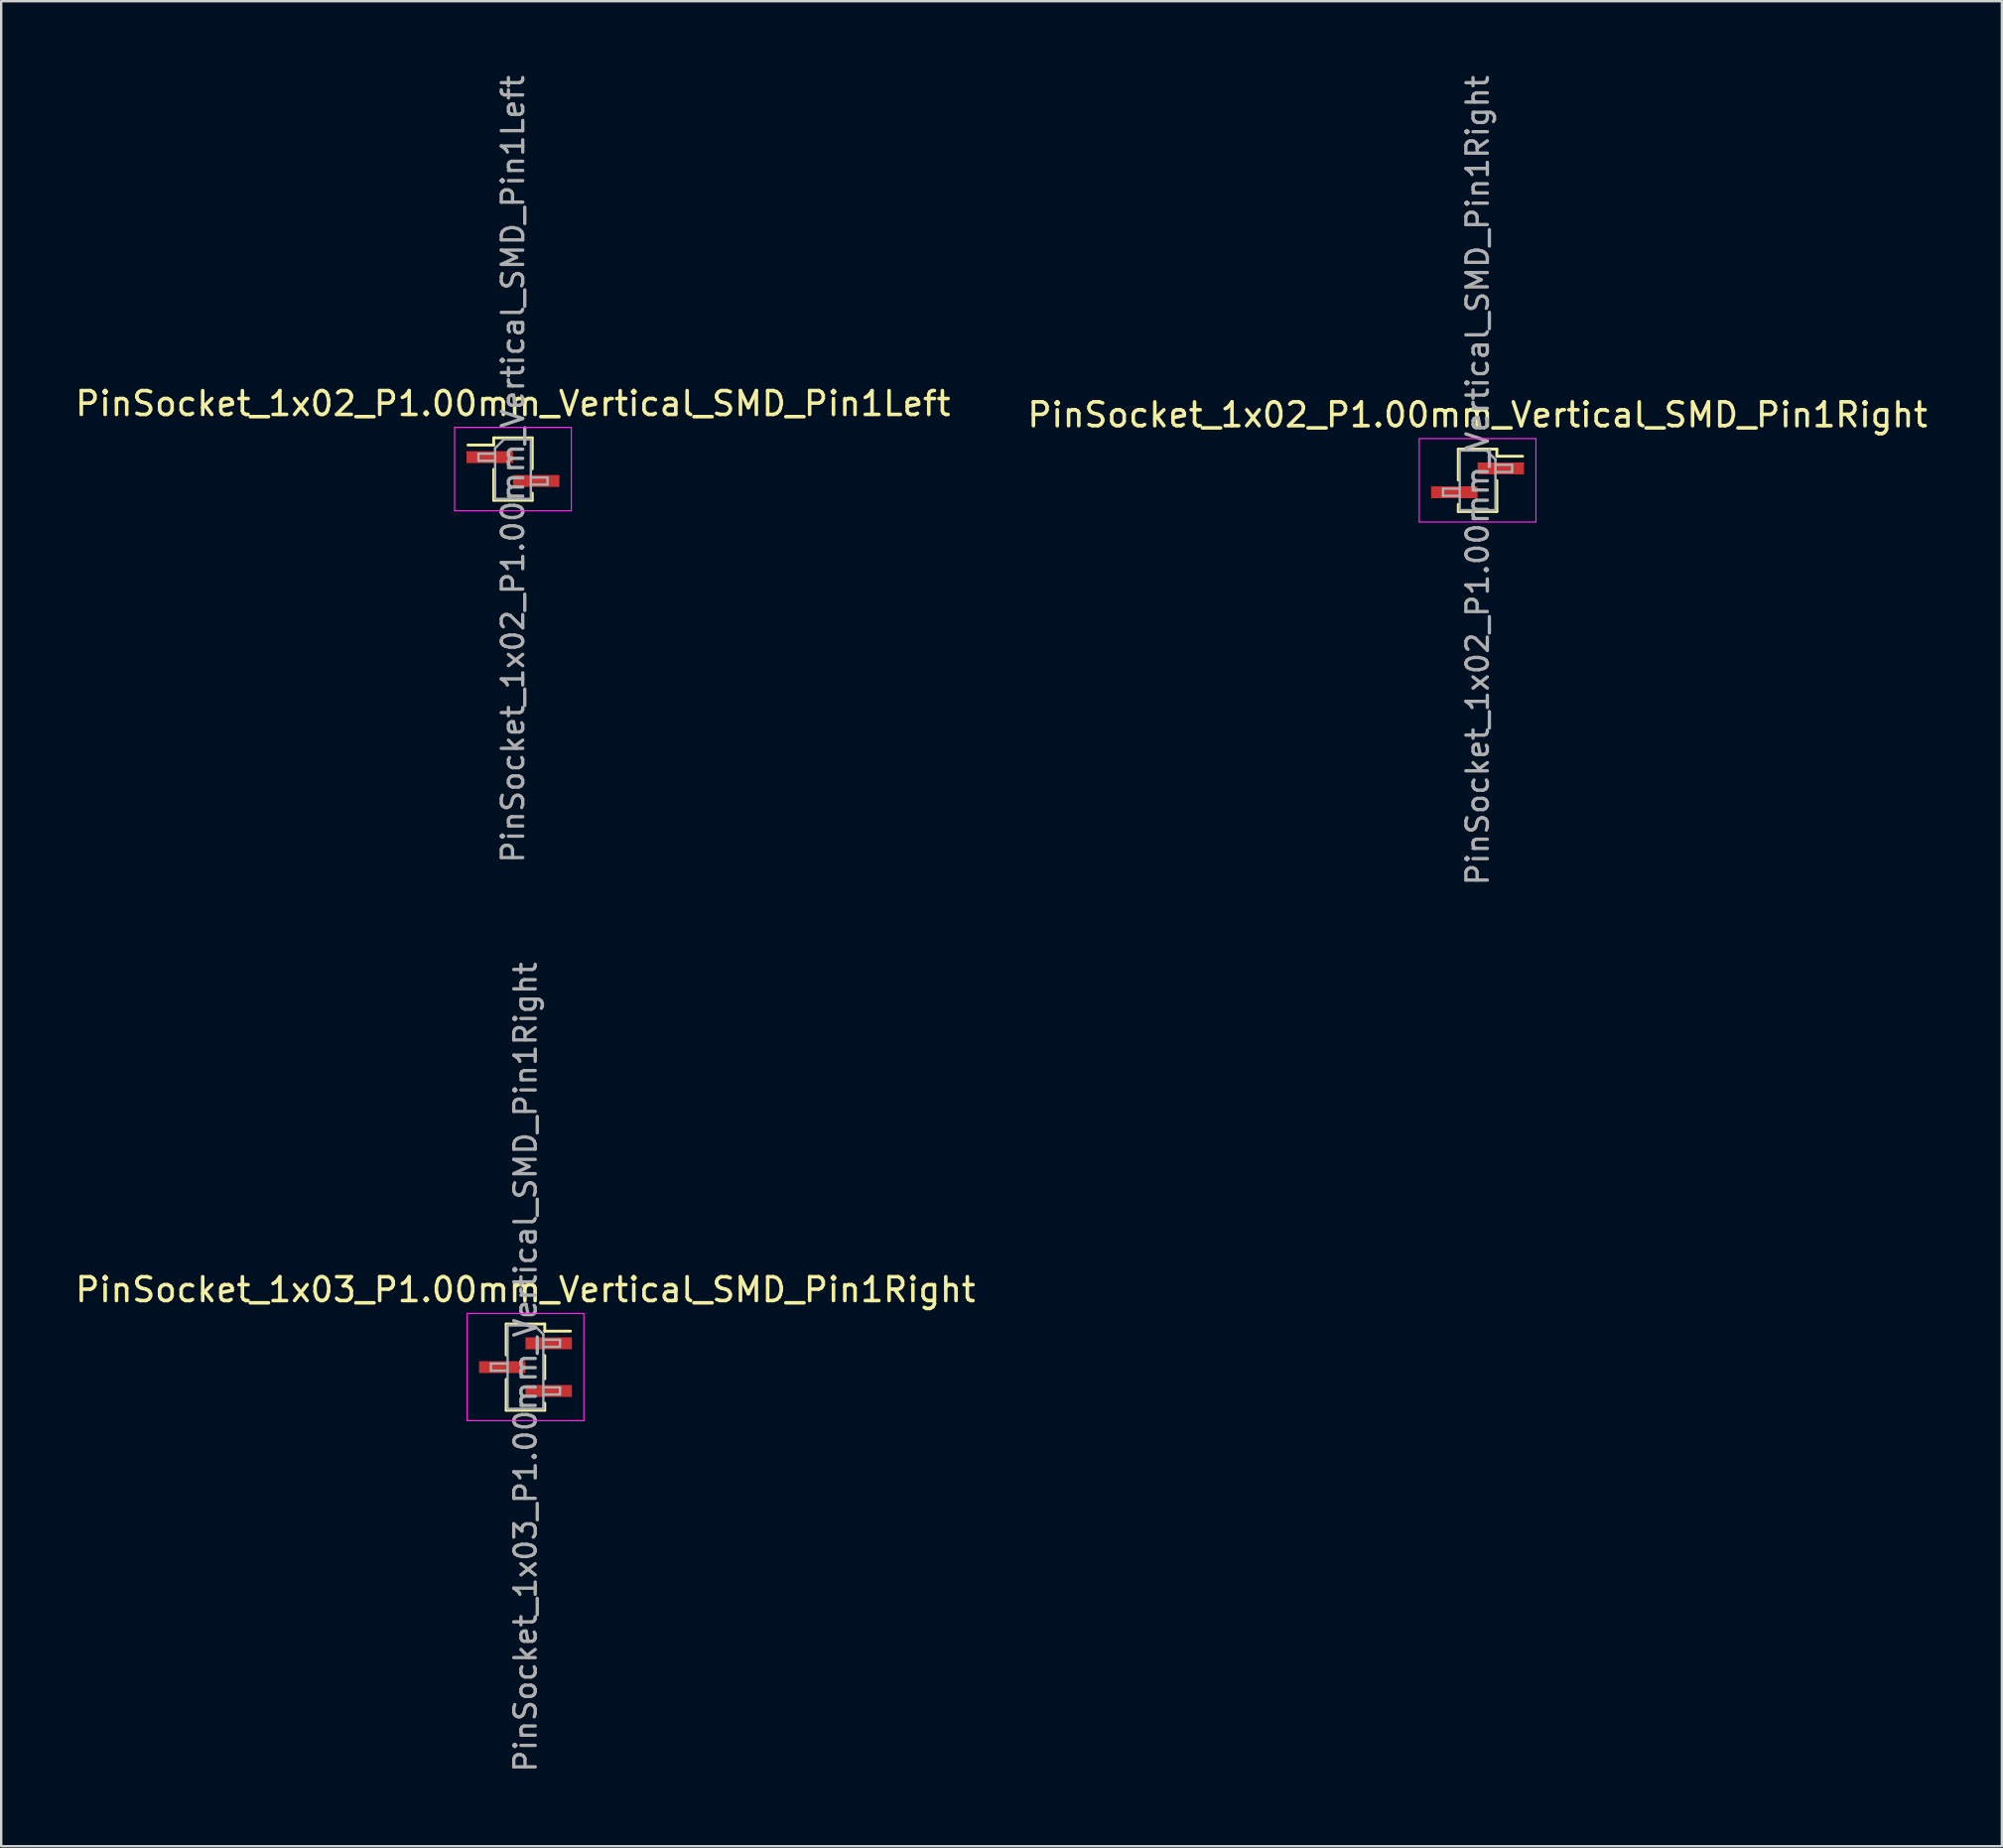
<source format=kicad_pcb>
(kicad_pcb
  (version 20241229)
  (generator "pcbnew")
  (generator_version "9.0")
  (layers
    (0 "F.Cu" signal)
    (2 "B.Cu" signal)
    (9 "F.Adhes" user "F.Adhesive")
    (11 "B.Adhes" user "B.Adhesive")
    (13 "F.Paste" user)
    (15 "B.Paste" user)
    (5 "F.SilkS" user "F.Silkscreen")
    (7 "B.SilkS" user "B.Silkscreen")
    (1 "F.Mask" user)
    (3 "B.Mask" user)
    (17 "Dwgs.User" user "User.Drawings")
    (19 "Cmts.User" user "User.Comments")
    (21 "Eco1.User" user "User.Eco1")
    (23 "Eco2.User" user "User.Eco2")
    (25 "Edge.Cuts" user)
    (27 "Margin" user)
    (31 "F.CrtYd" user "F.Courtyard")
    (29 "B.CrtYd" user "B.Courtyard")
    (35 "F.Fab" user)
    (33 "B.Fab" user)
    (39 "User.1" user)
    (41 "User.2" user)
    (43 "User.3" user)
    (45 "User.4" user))
  (footprint "PinSocket_1x02_P1.00mm_Vertical_SMD_Pin1Right"
    (layer "F.Cu")
    (at 58.97 17.113)
    (property "Reference" "PinSocket_1x02_P1.00mm_Vertical_SMD_Pin1Right" (at 0 -2.75 0) (layer "F.SilkS") (effects (font (size 1 1) (thickness 0.15))))
    (attr smd)
    (fp_line (start -0.81 -1.31) (end -0.81 -0.01) (stroke (width 0.12) (type solid)) (layer "F.SilkS"))
    (fp_line (start -0.81 -1.31) (end 0.81 -1.31) (stroke (width 0.12) (type solid)) (layer "F.SilkS"))
    (fp_line (start -0.81 1.01) (end -0.81 1.31) (stroke (width 0.12) (type solid)) (layer "F.SilkS"))
    (fp_line (start -0.81 1.31) (end 0.81 1.31) (stroke (width 0.12) (type solid)) (layer "F.SilkS"))
    (fp_line (start 0.81 -1.31) (end 0.81 -1.01) (stroke (width 0.12) (type solid)) (layer "F.SilkS"))
    (fp_line (start 0.81 -1.01) (end 1.89 -1.01) (stroke (width 0.12) (type solid)) (layer "F.SilkS"))
    (fp_line (start 0.81 0.01) (end 0.81 1.31) (stroke (width 0.12) (type solid)) (layer "F.SilkS"))
    (fp_line (start -2.45 -1.75) (end 2.45 -1.75) (stroke (width 0.05) (type solid)) (layer "F.CrtYd"))
    (fp_line (start -2.45 1.75) (end -2.45 -1.75) (stroke (width 0.05) (type solid)) (layer "F.CrtYd"))
    (fp_line (start 2.45 -1.75) (end 2.45 1.75) (stroke (width 0.05) (type solid)) (layer "F.CrtYd"))
    (fp_line (start 2.45 1.75) (end -2.45 1.75) (stroke (width 0.05) (type solid)) (layer "F.CrtYd"))
    (fp_line (start -1.45 0.35) (end -0.75 0.35) (stroke (width 0.1) (type solid)) (layer "F.Fab"))
    (fp_line (start -1.45 0.65) (end -1.45 0.35) (stroke (width 0.1) (type solid)) (layer "F.Fab"))
    (fp_line (start -0.75 -1.25) (end 0.375 -1.25) (stroke (width 0.1) (type solid)) (layer "F.Fab"))
    (fp_line (start -0.75 0.65) (end -1.45 0.65) (stroke (width 0.1) (type solid)) (layer "F.Fab"))
    (fp_line (start -0.75 1.25) (end -0.75 -1.25) (stroke (width 0.1) (type solid)) (layer "F.Fab"))
    (fp_line (start 0.375 -1.25) (end 0.75 -0.875) (stroke (width 0.1) (type solid)) (layer "F.Fab"))
    (fp_line (start 0.75 -0.875) (end 0.75 1.25) (stroke (width 0.1) (type solid)) (layer "F.Fab"))
    (fp_line (start 0.75 -0.65) (end 1.45 -0.65) (stroke (width 0.1) (type solid)) (layer "F.Fab"))
    (fp_line (start 0.75 1.25) (end -0.75 1.25) (stroke (width 0.1) (type solid)) (layer "F.Fab"))
    (fp_line (start 1.45 -0.65) (end 1.45 -0.35) (stroke (width 0.1) (type solid)) (layer "F.Fab"))
    (fp_line (start 1.45 -0.35) (end 0.75 -0.35) (stroke (width 0.1) (type solid)) (layer "F.Fab"))
    (fp_text user "${REFERENCE}" (at 0 0 90) (layer "F.Fab") (effects (font (size 0.9 0.9) (thickness 0.14))))
    (pad "1" smd rect (at 0.975 -0.5) (size 1.95 0.5) (layers "F.Cu" "F.Mask" "F.Paste"))
    (pad "2" smd rect (at -0.975 0.5) (size 1.95 0.5) (layers "F.Cu" "F.Mask" "F.Paste")))
  (footprint "PinSocket_1x02_P1.00mm_Vertical_SMD_Pin1Left"
    (layer "F.Cu")
    (at 18.482 16.641)
    (property "Reference" "PinSocket_1x02_P1.00mm_Vertical_SMD_Pin1Left" (at 0 -2.75 0) (layer "F.SilkS") (effects (font (size 1 1) (thickness 0.15))))
    (attr smd)
    (fp_line (start -1.89 -1.01) (end -0.81 -1.01) (stroke (width 0.12) (type solid)) (layer "F.SilkS"))
    (fp_line (start -0.81 -1.31) (end -0.81 -1.01) (stroke (width 0.12) (type solid)) (layer "F.SilkS"))
    (fp_line (start -0.81 -1.31) (end 0.81 -1.31) (stroke (width 0.12) (type solid)) (layer "F.SilkS"))
    (fp_line (start -0.81 0.01) (end -0.81 1.31) (stroke (width 0.12) (type solid)) (layer "F.SilkS"))
    (fp_line (start -0.81 1.31) (end 0.81 1.31) (stroke (width 0.12) (type solid)) (layer "F.SilkS"))
    (fp_line (start 0.81 -1.31) (end 0.81 -0.01) (stroke (width 0.12) (type solid)) (layer "F.SilkS"))
    (fp_line (start 0.81 1.01) (end 0.81 1.31) (stroke (width 0.12) (type solid)) (layer "F.SilkS"))
    (fp_line (start -2.45 -1.75) (end 2.45 -1.75) (stroke (width 0.05) (type solid)) (layer "F.CrtYd"))
    (fp_line (start -2.45 1.75) (end -2.45 -1.75) (stroke (width 0.05) (type solid)) (layer "F.CrtYd"))
    (fp_line (start 2.45 -1.75) (end 2.45 1.75) (stroke (width 0.05) (type solid)) (layer "F.CrtYd"))
    (fp_line (start 2.45 1.75) (end -2.45 1.75) (stroke (width 0.05) (type solid)) (layer "F.CrtYd"))
    (fp_line (start -1.45 -0.65) (end -0.75 -0.65) (stroke (width 0.1) (type solid)) (layer "F.Fab"))
    (fp_line (start -1.45 -0.35) (end -1.45 -0.65) (stroke (width 0.1) (type solid)) (layer "F.Fab"))
    (fp_line (start -0.75 -0.875) (end -0.375 -1.25) (stroke (width 0.1) (type solid)) (layer "F.Fab"))
    (fp_line (start -0.75 -0.35) (end -1.45 -0.35) (stroke (width 0.1) (type solid)) (layer "F.Fab"))
    (fp_line (start -0.75 1.25) (end -0.75 -0.875) (stroke (width 0.1) (type solid)) (layer "F.Fab"))
    (fp_line (start -0.375 -1.25) (end 0.75 -1.25) (stroke (width 0.1) (type solid)) (layer "F.Fab"))
    (fp_line (start 0.75 -1.25) (end 0.75 1.25) (stroke (width 0.1) (type solid)) (layer "F.Fab"))
    (fp_line (start 0.75 0.35) (end 1.45 0.35) (stroke (width 0.1) (type solid)) (layer "F.Fab"))
    (fp_line (start 0.75 1.25) (end -0.75 1.25) (stroke (width 0.1) (type solid)) (layer "F.Fab"))
    (fp_line (start 1.45 0.35) (end 1.45 0.65) (stroke (width 0.1) (type solid)) (layer "F.Fab"))
    (fp_line (start 1.45 0.65) (end 0.75 0.65) (stroke (width 0.1) (type solid)) (layer "F.Fab"))
    (fp_text user "${REFERENCE}" (at 0 0 90) (layer "F.Fab") (effects (font (size 0.9 0.9) (thickness 0.14))))
    (pad "1" smd rect (at -0.975 -0.5) (size 1.95 0.5) (layers "F.Cu" "F.Mask" "F.Paste"))
    (pad "2" smd rect (at 0.975 0.5) (size 1.95 0.5) (layers "F.Cu" "F.Mask" "F.Paste")))
  (footprint "PinSocket_1x03_P1.00mm_Vertical_SMD_Pin1Right"
    (layer "F.Cu")
    (at 19.006 54.339)
    (property "Reference" "PinSocket_1x03_P1.00mm_Vertical_SMD_Pin1Right" (at 0 -3.25 0) (layer "F.SilkS") (effects (font (size 1 1) (thickness 0.15))))
    (attr smd)
    (fp_line (start -0.81 -1.81) (end -0.81 -0.51) (stroke (width 0.12) (type solid)) (layer "F.SilkS"))
    (fp_line (start -0.81 -1.81) (end 0.81 -1.81) (stroke (width 0.12) (type solid)) (layer "F.SilkS"))
    (fp_line (start -0.81 0.51) (end -0.81 1.81) (stroke (width 0.12) (type solid)) (layer "F.SilkS"))
    (fp_line (start -0.81 1.81) (end 0.81 1.81) (stroke (width 0.12) (type solid)) (layer "F.SilkS"))
    (fp_line (start 0.81 -1.81) (end 0.81 -1.51) (stroke (width 0.12) (type solid)) (layer "F.SilkS"))
    (fp_line (start 0.81 -1.51) (end 1.89 -1.51) (stroke (width 0.12) (type solid)) (layer "F.SilkS"))
    (fp_line (start 0.81 -0.49) (end 0.81 0.49) (stroke (width 0.12) (type solid)) (layer "F.SilkS"))
    (fp_line (start 0.81 1.51) (end 0.81 1.81) (stroke (width 0.12) (type solid)) (layer "F.SilkS"))
    (fp_line (start -2.45 -2.25) (end 2.45 -2.25) (stroke (width 0.05) (type solid)) (layer "F.CrtYd"))
    (fp_line (start -2.45 2.25) (end -2.45 -2.25) (stroke (width 0.05) (type solid)) (layer "F.CrtYd"))
    (fp_line (start 2.45 -2.25) (end 2.45 2.25) (stroke (width 0.05) (type solid)) (layer "F.CrtYd"))
    (fp_line (start 2.45 2.25) (end -2.45 2.25) (stroke (width 0.05) (type solid)) (layer "F.CrtYd"))
    (fp_line (start -1.45 -0.15) (end -0.75 -0.15) (stroke (width 0.1) (type solid)) (layer "F.Fab"))
    (fp_line (start -1.45 0.15) (end -1.45 -0.15) (stroke (width 0.1) (type solid)) (layer "F.Fab"))
    (fp_line (start -0.75 -1.75) (end 0.375 -1.75) (stroke (width 0.1) (type solid)) (layer "F.Fab"))
    (fp_line (start -0.75 0.15) (end -1.45 0.15) (stroke (width 0.1) (type solid)) (layer "F.Fab"))
    (fp_line (start -0.75 1.75) (end -0.75 -1.75) (stroke (width 0.1) (type solid)) (layer "F.Fab"))
    (fp_line (start 0.375 -1.75) (end 0.75 -1.375) (stroke (width 0.1) (type solid)) (layer "F.Fab"))
    (fp_line (start 0.75 -1.375) (end 0.75 1.75) (stroke (width 0.1) (type solid)) (layer "F.Fab"))
    (fp_line (start 0.75 -1.15) (end 1.45 -1.15) (stroke (width 0.1) (type solid)) (layer "F.Fab"))
    (fp_line (start 0.75 0.85) (end 1.45 0.85) (stroke (width 0.1) (type solid)) (layer "F.Fab"))
    (fp_line (start 0.75 1.75) (end -0.75 1.75) (stroke (width 0.1) (type solid)) (layer "F.Fab"))
    (fp_line (start 1.45 -1.15) (end 1.45 -0.85) (stroke (width 0.1) (type solid)) (layer "F.Fab"))
    (fp_line (start 1.45 -0.85) (end 0.75 -0.85) (stroke (width 0.1) (type solid)) (layer "F.Fab"))
    (fp_line (start 1.45 0.85) (end 1.45 1.15) (stroke (width 0.1) (type solid)) (layer "F.Fab"))
    (fp_line (start 1.45 1.15) (end 0.75 1.15) (stroke (width 0.1) (type solid)) (layer "F.Fab"))
    (fp_text user "${REFERENCE}" (at 0 0 90) (layer "F.Fab") (effects (font (size 0.9 0.9) (thickness 0.14))))
    (pad "1" smd rect (at 0.975 -1) (size 1.95 0.5) (layers "F.Cu" "F.Mask" "F.Paste"))
    (pad "2" smd rect (at -0.975 0) (size 1.95 0.5) (layers "F.Cu" "F.Mask" "F.Paste"))
    (pad "3" smd rect (at 0.975 1) (size 1.95 0.5) (layers "F.Cu" "F.Mask" "F.Paste")))
  (gr_rect
    (start -3 -3)
    (end 80.976 74.451)
    (stroke (width 0.1) (type default))
    (fill no)
    (layer "Edge.Cuts")))
</source>
